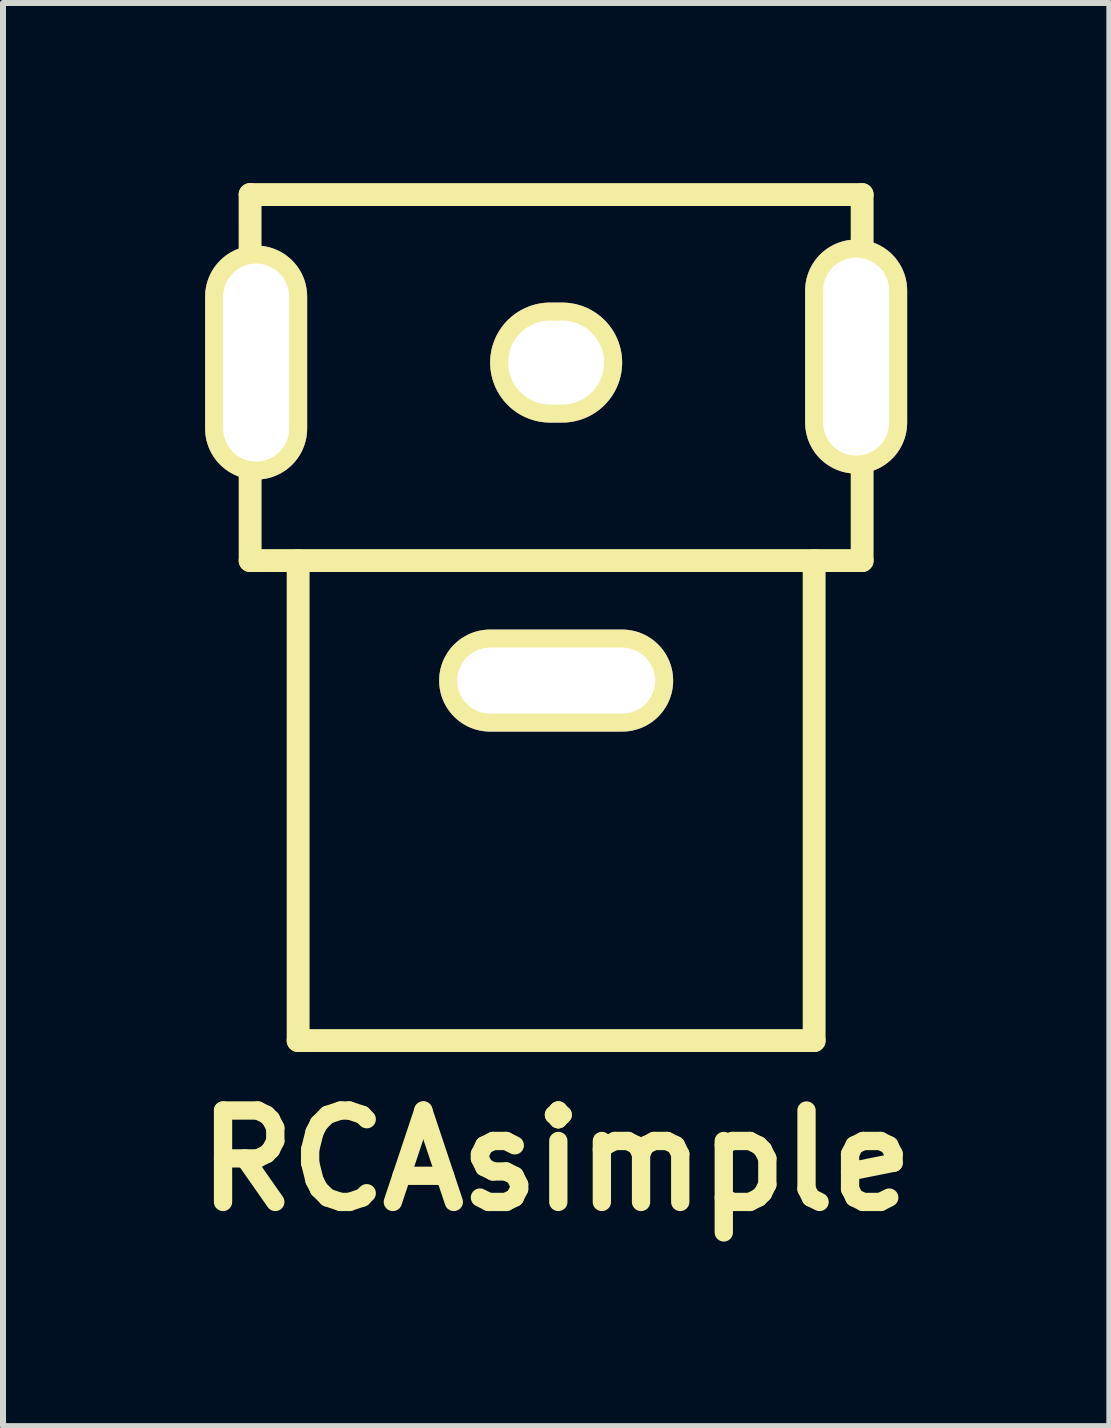
<source format=kicad_pcb>
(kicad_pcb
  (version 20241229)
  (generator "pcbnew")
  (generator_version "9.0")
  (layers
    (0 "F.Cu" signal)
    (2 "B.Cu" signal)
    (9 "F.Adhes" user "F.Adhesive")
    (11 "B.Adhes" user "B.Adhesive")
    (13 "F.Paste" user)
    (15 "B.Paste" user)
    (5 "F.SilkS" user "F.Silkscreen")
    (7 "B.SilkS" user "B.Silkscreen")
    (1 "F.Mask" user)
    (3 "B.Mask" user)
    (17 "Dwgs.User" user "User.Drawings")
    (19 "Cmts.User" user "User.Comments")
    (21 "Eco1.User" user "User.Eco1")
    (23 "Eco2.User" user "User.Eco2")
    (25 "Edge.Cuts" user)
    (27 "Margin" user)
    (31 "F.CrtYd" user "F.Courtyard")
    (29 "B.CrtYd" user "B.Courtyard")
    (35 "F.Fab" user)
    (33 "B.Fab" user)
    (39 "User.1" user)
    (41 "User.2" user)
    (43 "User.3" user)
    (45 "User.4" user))
  (footprint "RCAsimple"
    (layer "F.Cu")
    (at 6.219 6.993)
    (property "Reference" "RCAsimple" (at 0 9.3 0) (layer "F.SilkS") (effects (font (size 1.524 1.524) (thickness 0.305))))
    (attr through_hole)
    (fp_line (start -5.1 -6.8) (end 5.1 -6.8) (stroke (width 0.381) (type solid)) (layer "F.SilkS"))
    (fp_line (start -5.1 -0.7) (end -5.101 -6.802) (stroke (width 0.381) (type solid)) (layer "F.SilkS"))
    (fp_line (start -4.3 7.3) (end 4.3 7.3) (stroke (width 0.381) (type solid)) (layer "F.SilkS"))
    (fp_line (start -4.3 -0.7) (end -4.3 7.3) (stroke (width 0.381) (type solid)) (layer "F.SilkS"))
    (fp_line (start 4.3 7.3) (end 4.3 -0.7) (stroke (width 0.381) (type solid)) (layer "F.SilkS"))
    (fp_line (start 5.1 -6.8) (end 5.1 -0.7) (stroke (width 0.381) (type solid)) (layer "F.SilkS"))
    (fp_line (start 5.1 -0.7) (end -5.1 -0.7) (stroke (width 0.381) (type solid)) (layer "F.SilkS"))
    (pad "1" thru_hole oval (at 0 -4) (size 2.2 2) (drill oval 1.6 1.4) (layers "*.Cu" "*.Mask" "F.SilkS"))
    (pad "2" thru_hole oval (at -5 -4 90) (size 3.9 1.7) (drill oval 3.3 1.1) (layers "*.Cu" "*.Mask" "F.SilkS"))
    (pad "2" thru_hole oval (at 0 1.3) (size 3.9 1.7) (drill oval 3.3 1.1) (layers "*.Cu" "*.Mask" "F.SilkS"))
    (pad "2" thru_hole oval (at 5 -4.1 90) (size 3.9 1.7) (drill oval 3.3 1.1) (layers "*.Cu" "*.Mask" "F.SilkS")))
  (gr_rect
    (start -3 -3)
    (end 15.439 20.719)
    (stroke (width 0.1) (type default))
    (fill no)
    (layer "Edge.Cuts")))
</source>
